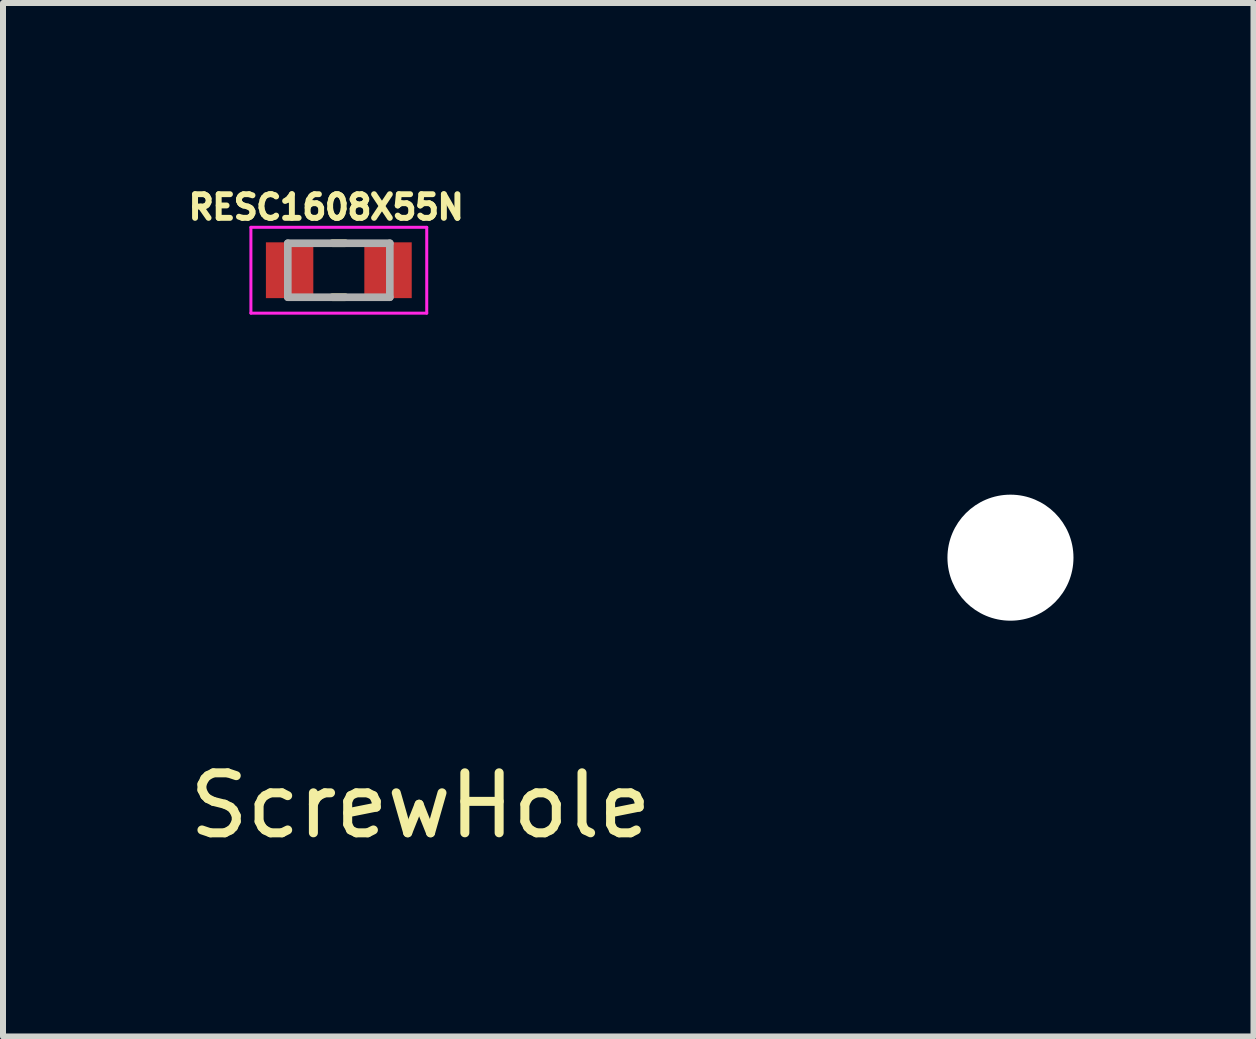
<source format=kicad_pcb>
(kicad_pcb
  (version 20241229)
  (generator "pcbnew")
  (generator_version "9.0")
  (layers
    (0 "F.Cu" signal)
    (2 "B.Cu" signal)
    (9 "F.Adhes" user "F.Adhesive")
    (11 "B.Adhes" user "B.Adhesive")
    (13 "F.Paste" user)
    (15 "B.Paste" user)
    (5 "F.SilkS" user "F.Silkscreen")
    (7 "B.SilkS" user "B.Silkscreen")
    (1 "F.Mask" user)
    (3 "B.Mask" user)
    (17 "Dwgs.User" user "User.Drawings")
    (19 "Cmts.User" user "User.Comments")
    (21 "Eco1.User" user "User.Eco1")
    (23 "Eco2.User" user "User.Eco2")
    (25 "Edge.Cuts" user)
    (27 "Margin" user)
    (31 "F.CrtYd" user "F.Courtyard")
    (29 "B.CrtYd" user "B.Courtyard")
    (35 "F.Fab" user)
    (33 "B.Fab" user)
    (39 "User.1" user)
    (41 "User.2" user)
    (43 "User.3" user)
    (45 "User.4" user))
  (footprint "ScrewHole"
    (layer "F.Cu")
    (at 13.788 6.243)
    (property "Reference" "ScrewHole" (at -9.83 4.13 0) (layer "F.SilkS") (effects (font (size 1 1) (thickness 0.15))))
    (attr through_hole)
    (pad "" np_thru_hole circle (at 0 0) (size 2.1 2.1) (drill 2.1) (layers "*.Cu" "*.Mask")))
  (footprint "RESC1608X55N"
    (layer "F.Cu")
    (at 2.596 1.453)
    (property "Reference" "RESC1608X55N" (at -0.21 -1.05 0) (layer "F.SilkS") (effects (font (size 0.394 0.394) (thickness 0.15))))
    (attr through_hole)
    (fp_line (start -0.11 -0.45) (end 0.11 -0.45) (stroke (width 0.127) (type solid)) (layer "F.SilkS"))
    (fp_line (start -0.11 0.45) (end 0.11 0.45) (stroke (width 0.127) (type solid)) (layer "F.SilkS"))
    (fp_line (start -1.465 -0.715) (end 1.465 -0.715) (stroke (width 0.05) (type solid)) (layer "F.CrtYd"))
    (fp_line (start -1.465 0.715) (end -1.465 -0.715) (stroke (width 0.05) (type solid)) (layer "F.CrtYd"))
    (fp_line (start -1.465 0.715) (end 1.465 0.715) (stroke (width 0.05) (type solid)) (layer "F.CrtYd"))
    (fp_line (start 1.465 0.715) (end 1.465 -0.715) (stroke (width 0.05) (type solid)) (layer "F.CrtYd"))
    (fp_line (start -0.85 0.45) (end -0.85 -0.45) (stroke (width 0.127) (type solid)) (layer "F.Fab"))
    (fp_line (start 0.85 -0.45) (end -0.85 -0.45) (stroke (width 0.127) (type solid)) (layer "F.Fab"))
    (fp_line (start 0.85 0.45) (end -0.85 0.45) (stroke (width 0.127) (type solid)) (layer "F.Fab"))
    (fp_line (start 0.85 0.45) (end 0.85 -0.45) (stroke (width 0.127) (type solid)) (layer "F.Fab"))
    (pad "1" smd rect (at -0.82 0) (size 0.79 0.93) (layers "F.Cu" "F.Mask" "F.Paste"))
    (pad "2" smd rect (at 0.82 0) (size 0.79 0.93) (layers "F.Cu" "F.Mask" "F.Paste")))
  (gr_rect
    (start -3 -3)
    (end 17.838 14.221)
    (stroke (width 0.1) (type default))
    (fill no)
    (layer "Edge.Cuts")))
</source>
